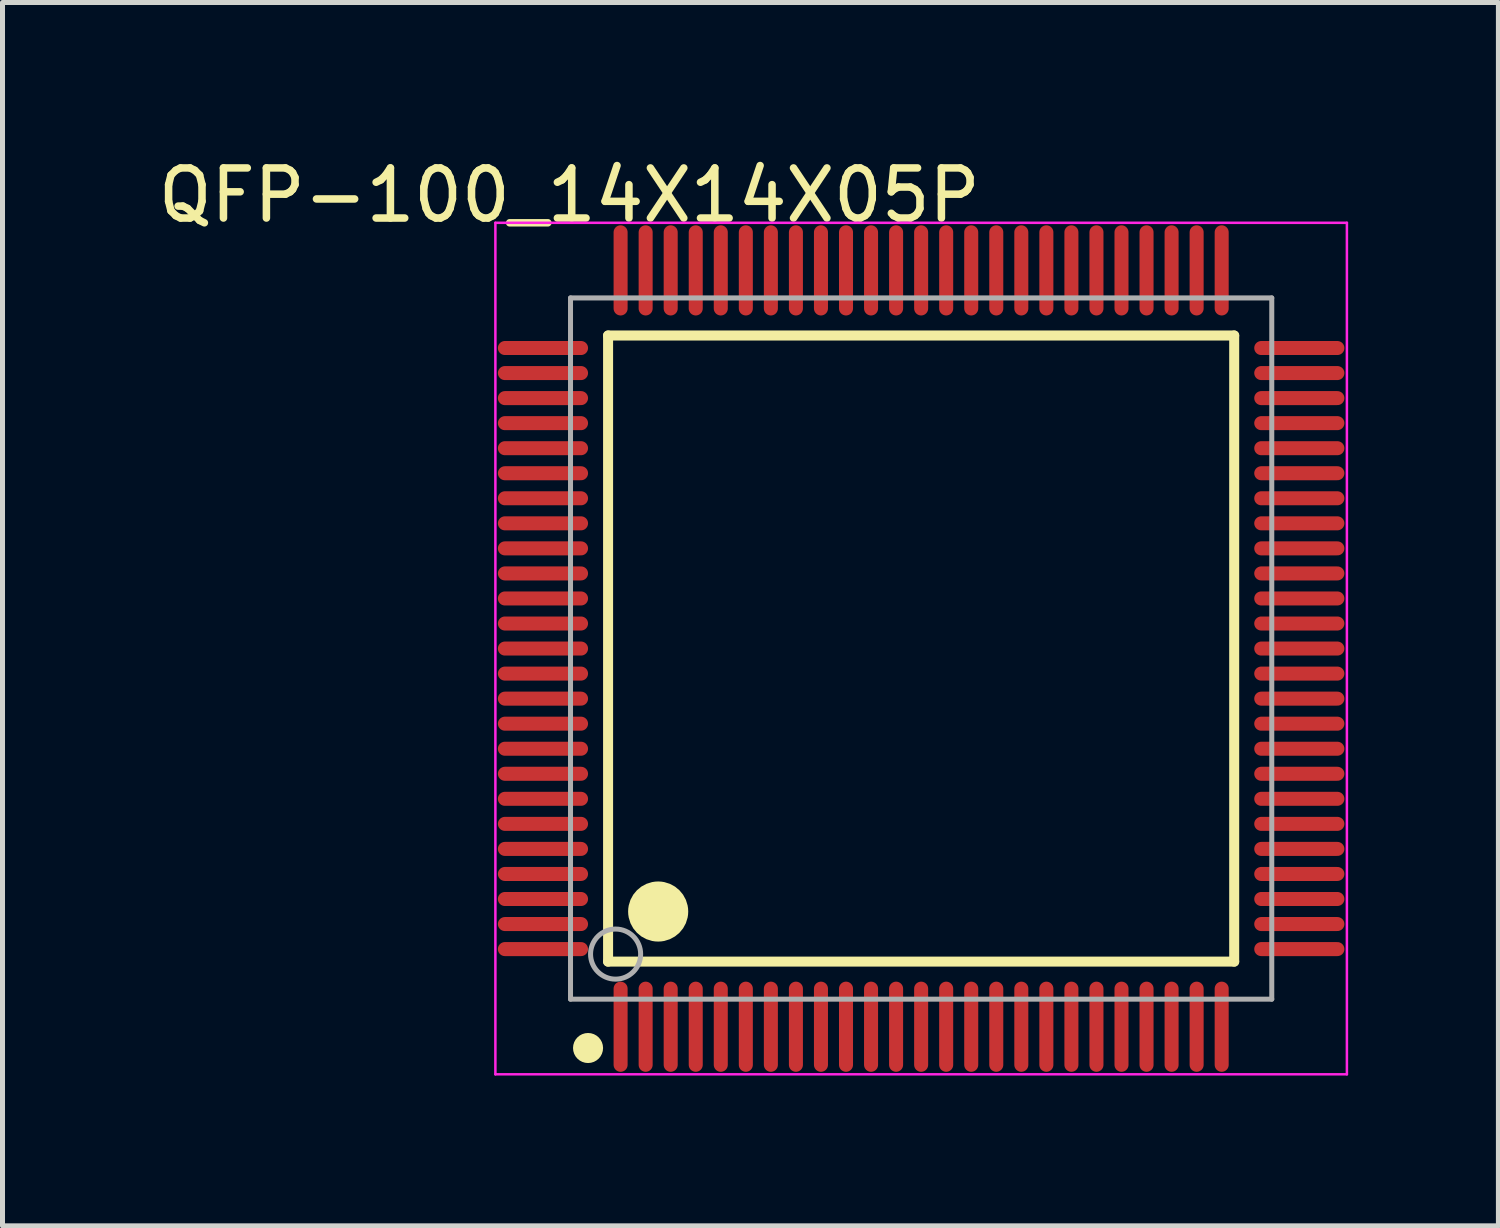
<source format=kicad_pcb>
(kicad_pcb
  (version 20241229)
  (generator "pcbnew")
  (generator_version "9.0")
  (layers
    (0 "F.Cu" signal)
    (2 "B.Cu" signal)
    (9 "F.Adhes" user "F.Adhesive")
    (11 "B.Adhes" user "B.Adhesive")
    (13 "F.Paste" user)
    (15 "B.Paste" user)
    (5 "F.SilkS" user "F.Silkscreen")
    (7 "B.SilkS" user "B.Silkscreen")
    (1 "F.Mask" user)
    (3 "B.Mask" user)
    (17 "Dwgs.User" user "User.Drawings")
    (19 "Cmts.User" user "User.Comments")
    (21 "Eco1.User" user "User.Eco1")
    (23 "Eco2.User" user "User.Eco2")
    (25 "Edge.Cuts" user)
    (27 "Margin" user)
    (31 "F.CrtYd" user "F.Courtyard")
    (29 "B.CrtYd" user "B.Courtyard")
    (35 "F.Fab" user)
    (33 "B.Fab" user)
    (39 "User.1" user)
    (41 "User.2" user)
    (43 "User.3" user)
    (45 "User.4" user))
  (footprint "QFP-100_14X14X05P"
    (layer "F.Cu")
    (at 15.34 9.898)
    (property "Reference" "QFP-100_14X14X05P" (at -7.024 -9.05 0) (layer "F.SilkS") (effects (font (size 1 1) (thickness 0.15))))
    (attr through_hole)
    (fp_line (start -6.25 -6.25) (end 6.25 -6.25) (stroke (width 0.2) (type solid)) (layer "F.SilkS"))
    (fp_line (start -6.25 6.25) (end -6.25 -6.25) (stroke (width 0.2) (type solid)) (layer "F.SilkS"))
    (fp_line (start -6.25 6.25) (end 6.25 6.25) (stroke (width 0.2) (type solid)) (layer "F.SilkS"))
    (fp_line (start 6.25 6.25) (end 6.25 -6.25) (stroke (width 0.2) (type solid)) (layer "F.SilkS"))
    (fp_circle (center -6.65 7.975) (end -6.5 7.975) (stroke (width 0.3) (type solid)) (fill no) (layer "F.SilkS"))
    (fp_circle (center -5.25 5.25) (end -4.95 5.25) (stroke (width 0.6) (type solid)) (fill no) (layer "F.SilkS"))
    (fp_line (start -8.5 -8.5) (end 8.5 -8.5) (stroke (width 0.05) (type solid)) (layer "F.CrtYd"))
    (fp_line (start -8.5 8.5) (end -8.5 -8.5) (stroke (width 0.05) (type solid)) (layer "F.CrtYd"))
    (fp_line (start 8.5 -8.5) (end 8.5 8.5) (stroke (width 0.05) (type solid)) (layer "F.CrtYd"))
    (fp_line (start 8.5 8.5) (end -8.5 8.5) (stroke (width 0.05) (type solid)) (layer "F.CrtYd"))
    (fp_line (start -7 -7) (end 7 -7) (stroke (width 0.1) (type solid)) (layer "F.Fab"))
    (fp_line (start -7 7) (end -7 -7) (stroke (width 0.1) (type solid)) (layer "F.Fab"))
    (fp_line (start -7 7) (end 7 7) (stroke (width 0.1) (type solid)) (layer "F.Fab"))
    (fp_line (start 7 7) (end 7 -7) (stroke (width 0.1) (type solid)) (layer "F.Fab"))
    (fp_circle (center -6.1 6.1) (end -5.6 6.1) (stroke (width 0.1) (type solid)) (fill no) (layer "F.Fab"))
    (pad "1" smd oval (at -6 7.55 180) (size 0.28 1.8) (layers "F.Cu" "F.Mask" "F.Paste"))
    (pad "2" smd oval (at -5.5 7.55 180) (size 0.28 1.8) (layers "F.Cu" "F.Mask" "F.Paste"))
    (pad "3" smd oval (at -5 7.55 180) (size 0.28 1.8) (layers "F.Cu" "F.Mask" "F.Paste"))
    (pad "4" smd oval (at -4.5 7.55 180) (size 0.28 1.8) (layers "F.Cu" "F.Mask" "F.Paste"))
    (pad "5" smd oval (at -4 7.55 180) (size 0.28 1.8) (layers "F.Cu" "F.Mask" "F.Paste"))
    (pad "6" smd oval (at -3.5 7.55 180) (size 0.28 1.8) (layers "F.Cu" "F.Mask" "F.Paste"))
    (pad "7" smd oval (at -3 7.55 180) (size 0.28 1.8) (layers "F.Cu" "F.Mask" "F.Paste"))
    (pad "8" smd oval (at -2.5 7.55 180) (size 0.28 1.8) (layers "F.Cu" "F.Mask" "F.Paste"))
    (pad "9" smd oval (at -2 7.55 180) (size 0.28 1.8) (layers "F.Cu" "F.Mask" "F.Paste"))
    (pad "10" smd oval (at -1.5 7.55 180) (size 0.28 1.8) (layers "F.Cu" "F.Mask" "F.Paste"))
    (pad "11" smd oval (at -1 7.55 180) (size 0.28 1.8) (layers "F.Cu" "F.Mask" "F.Paste"))
    (pad "12" smd oval (at -0.5 7.55 180) (size 0.28 1.8) (layers "F.Cu" "F.Mask" "F.Paste"))
    (pad "13" smd oval (at 0 7.55 180) (size 0.28 1.8) (layers "F.Cu" "F.Mask" "F.Paste"))
    (pad "14" smd oval (at 0.5 7.55 180) (size 0.28 1.8) (layers "F.Cu" "F.Mask" "F.Paste"))
    (pad "15" smd oval (at 1 7.55 180) (size 0.28 1.8) (layers "F.Cu" "F.Mask" "F.Paste"))
    (pad "16" smd oval (at 1.5 7.55 180) (size 0.28 1.8) (layers "F.Cu" "F.Mask" "F.Paste"))
    (pad "17" smd oval (at 2 7.55 180) (size 0.28 1.8) (layers "F.Cu" "F.Mask" "F.Paste"))
    (pad "18" smd oval (at 2.5 7.55 180) (size 0.28 1.8) (layers "F.Cu" "F.Mask" "F.Paste"))
    (pad "19" smd oval (at 3 7.55 180) (size 0.28 1.8) (layers "F.Cu" "F.Mask" "F.Paste"))
    (pad "20" smd oval (at 3.5 7.55 180) (size 0.28 1.8) (layers "F.Cu" "F.Mask" "F.Paste"))
    (pad "21" smd oval (at 4 7.55 180) (size 0.28 1.8) (layers "F.Cu" "F.Mask" "F.Paste"))
    (pad "22" smd oval (at 4.5 7.55 180) (size 0.28 1.8) (layers "F.Cu" "F.Mask" "F.Paste"))
    (pad "23" smd oval (at 5 7.55 180) (size 0.28 1.8) (layers "F.Cu" "F.Mask" "F.Paste"))
    (pad "24" smd oval (at 5.5 7.55 180) (size 0.28 1.8) (layers "F.Cu" "F.Mask" "F.Paste"))
    (pad "25" smd oval (at 6 7.55 180) (size 0.28 1.8) (layers "F.Cu" "F.Mask" "F.Paste"))
    (pad "26" smd oval (at 7.55 6 90) (size 0.28 1.8) (layers "F.Cu" "F.Mask" "F.Paste"))
    (pad "27" smd oval (at 7.55 5.5 90) (size 0.28 1.8) (layers "F.Cu" "F.Mask" "F.Paste"))
    (pad "28" smd oval (at 7.55 5 90) (size 0.28 1.8) (layers "F.Cu" "F.Mask" "F.Paste"))
    (pad "29" smd oval (at 7.55 4.5 90) (size 0.28 1.8) (layers "F.Cu" "F.Mask" "F.Paste"))
    (pad "30" smd oval (at 7.55 4 90) (size 0.28 1.8) (layers "F.Cu" "F.Mask" "F.Paste"))
    (pad "31" smd oval (at 7.55 3.5 90) (size 0.28 1.8) (layers "F.Cu" "F.Mask" "F.Paste"))
    (pad "32" smd oval (at 7.55 3 90) (size 0.28 1.8) (layers "F.Cu" "F.Mask" "F.Paste"))
    (pad "33" smd oval (at 7.55 2.5 90) (size 0.28 1.8) (layers "F.Cu" "F.Mask" "F.Paste"))
    (pad "34" smd oval (at 7.55 2 90) (size 0.28 1.8) (layers "F.Cu" "F.Mask" "F.Paste"))
    (pad "35" smd oval (at 7.55 1.5 90) (size 0.28 1.8) (layers "F.Cu" "F.Mask" "F.Paste"))
    (pad "36" smd oval (at 7.55 1 90) (size 0.28 1.8) (layers "F.Cu" "F.Mask" "F.Paste"))
    (pad "37" smd oval (at 7.55 0.5 90) (size 0.28 1.8) (layers "F.Cu" "F.Mask" "F.Paste"))
    (pad "38" smd oval (at 7.55 0 90) (size 0.28 1.8) (layers "F.Cu" "F.Mask" "F.Paste"))
    (pad "39" smd oval (at 7.55 -0.5 90) (size 0.28 1.8) (layers "F.Cu" "F.Mask" "F.Paste"))
    (pad "40" smd oval (at 7.55 -1 90) (size 0.28 1.8) (layers "F.Cu" "F.Mask" "F.Paste"))
    (pad "41" smd oval (at 7.55 -1.5 90) (size 0.28 1.8) (layers "F.Cu" "F.Mask" "F.Paste"))
    (pad "42" smd oval (at 7.55 -2 90) (size 0.28 1.8) (layers "F.Cu" "F.Mask" "F.Paste"))
    (pad "43" smd oval (at 7.55 -2.5 90) (size 0.28 1.8) (layers "F.Cu" "F.Mask" "F.Paste"))
    (pad "44" smd oval (at 7.55 -3 90) (size 0.28 1.8) (layers "F.Cu" "F.Mask" "F.Paste"))
    (pad "45" smd oval (at 7.55 -3.5 90) (size 0.28 1.8) (layers "F.Cu" "F.Mask" "F.Paste"))
    (pad "46" smd oval (at 7.55 -4 90) (size 0.28 1.8) (layers "F.Cu" "F.Mask" "F.Paste"))
    (pad "47" smd oval (at 7.55 -4.5 90) (size 0.28 1.8) (layers "F.Cu" "F.Mask" "F.Paste"))
    (pad "48" smd oval (at 7.55 -5 90) (size 0.28 1.8) (layers "F.Cu" "F.Mask" "F.Paste"))
    (pad "49" smd oval (at 7.55 -5.5 90) (size 0.28 1.8) (layers "F.Cu" "F.Mask" "F.Paste"))
    (pad "50" smd oval (at 7.55 -6 90) (size 0.28 1.8) (layers "F.Cu" "F.Mask" "F.Paste"))
    (pad "51" smd oval (at 6 -7.55 180) (size 0.28 1.8) (layers "F.Cu" "F.Mask" "F.Paste"))
    (pad "52" smd oval (at 5.5 -7.55 180) (size 0.28 1.8) (layers "F.Cu" "F.Mask" "F.Paste"))
    (pad "53" smd oval (at 5 -7.55 180) (size 0.28 1.8) (layers "F.Cu" "F.Mask" "F.Paste"))
    (pad "54" smd oval (at 4.5 -7.55 180) (size 0.28 1.8) (layers "F.Cu" "F.Mask" "F.Paste"))
    (pad "55" smd oval (at 4 -7.55 180) (size 0.28 1.8) (layers "F.Cu" "F.Mask" "F.Paste"))
    (pad "56" smd oval (at 3.5 -7.55 180) (size 0.28 1.8) (layers "F.Cu" "F.Mask" "F.Paste"))
    (pad "57" smd oval (at 3 -7.55 180) (size 0.28 1.8) (layers "F.Cu" "F.Mask" "F.Paste"))
    (pad "58" smd oval (at 2.5 -7.55 180) (size 0.28 1.8) (layers "F.Cu" "F.Mask" "F.Paste"))
    (pad "59" smd oval (at 2 -7.55 180) (size 0.28 1.8) (layers "F.Cu" "F.Mask" "F.Paste"))
    (pad "60" smd oval (at 1.5 -7.55 180) (size 0.28 1.8) (layers "F.Cu" "F.Mask" "F.Paste"))
    (pad "61" smd oval (at 1 -7.55 180) (size 0.28 1.8) (layers "F.Cu" "F.Mask" "F.Paste"))
    (pad "62" smd oval (at 0.5 -7.55 180) (size 0.28 1.8) (layers "F.Cu" "F.Mask" "F.Paste"))
    (pad "63" smd oval (at 0 -7.55 180) (size 0.28 1.8) (layers "F.Cu" "F.Mask" "F.Paste"))
    (pad "64" smd oval (at -0.5 -7.55 180) (size 0.28 1.8) (layers "F.Cu" "F.Mask" "F.Paste"))
    (pad "65" smd oval (at -1 -7.55 180) (size 0.28 1.8) (layers "F.Cu" "F.Mask" "F.Paste"))
    (pad "66" smd oval (at -1.5 -7.55 180) (size 0.28 1.8) (layers "F.Cu" "F.Mask" "F.Paste"))
    (pad "67" smd oval (at -2 -7.55 180) (size 0.28 1.8) (layers "F.Cu" "F.Mask" "F.Paste"))
    (pad "68" smd oval (at -2.5 -7.55 180) (size 0.28 1.8) (layers "F.Cu" "F.Mask" "F.Paste"))
    (pad "69" smd oval (at -3 -7.55 180) (size 0.28 1.8) (layers "F.Cu" "F.Mask" "F.Paste"))
    (pad "70" smd oval (at -3.5 -7.55 180) (size 0.28 1.8) (layers "F.Cu" "F.Mask" "F.Paste"))
    (pad "71" smd oval (at -4 -7.55 180) (size 0.28 1.8) (layers "F.Cu" "F.Mask" "F.Paste"))
    (pad "72" smd oval (at -4.5 -7.55 180) (size 0.28 1.8) (layers "F.Cu" "F.Mask" "F.Paste"))
    (pad "73" smd oval (at -5 -7.55 180) (size 0.28 1.8) (layers "F.Cu" "F.Mask" "F.Paste"))
    (pad "74" smd oval (at -5.5 -7.55 180) (size 0.28 1.8) (layers "F.Cu" "F.Mask" "F.Paste"))
    (pad "75" smd oval (at -6 -7.55 180) (size 0.28 1.8) (layers "F.Cu" "F.Mask" "F.Paste"))
    (pad "76" smd oval (at -7.55 -6 90) (size 0.28 1.8) (layers "F.Cu" "F.Mask" "F.Paste"))
    (pad "77" smd oval (at -7.55 -5.5 90) (size 0.28 1.8) (layers "F.Cu" "F.Mask" "F.Paste"))
    (pad "78" smd oval (at -7.55 -5 90) (size 0.28 1.8) (layers "F.Cu" "F.Mask" "F.Paste"))
    (pad "79" smd oval (at -7.55 -4.5 90) (size 0.28 1.8) (layers "F.Cu" "F.Mask" "F.Paste"))
    (pad "80" smd oval (at -7.55 -4 90) (size 0.28 1.8) (layers "F.Cu" "F.Mask" "F.Paste"))
    (pad "81" smd oval (at -7.55 -3.5 90) (size 0.28 1.8) (layers "F.Cu" "F.Mask" "F.Paste"))
    (pad "82" smd oval (at -7.55 -3 90) (size 0.28 1.8) (layers "F.Cu" "F.Mask" "F.Paste"))
    (pad "83" smd oval (at -7.55 -2.5 90) (size 0.28 1.8) (layers "F.Cu" "F.Mask" "F.Paste"))
    (pad "84" smd oval (at -7.55 -2 90) (size 0.28 1.8) (layers "F.Cu" "F.Mask" "F.Paste"))
    (pad "85" smd oval (at -7.55 -1.5 90) (size 0.28 1.8) (layers "F.Cu" "F.Mask" "F.Paste"))
    (pad "86" smd oval (at -7.55 -1 90) (size 0.28 1.8) (layers "F.Cu" "F.Mask" "F.Paste"))
    (pad "87" smd oval (at -7.55 -0.5 90) (size 0.28 1.8) (layers "F.Cu" "F.Mask" "F.Paste"))
    (pad "88" smd oval (at -7.55 0 90) (size 0.28 1.8) (layers "F.Cu" "F.Mask" "F.Paste"))
    (pad "89" smd oval (at -7.55 0.5 90) (size 0.28 1.8) (layers "F.Cu" "F.Mask" "F.Paste"))
    (pad "90" smd oval (at -7.55 1 90) (size 0.28 1.8) (layers "F.Cu" "F.Mask" "F.Paste"))
    (pad "91" smd oval (at -7.55 1.5 90) (size 0.28 1.8) (layers "F.Cu" "F.Mask" "F.Paste"))
    (pad "92" smd oval (at -7.55 2 90) (size 0.28 1.8) (layers "F.Cu" "F.Mask" "F.Paste"))
    (pad "93" smd oval (at -7.55 2.5 90) (size 0.28 1.8) (layers "F.Cu" "F.Mask" "F.Paste"))
    (pad "94" smd oval (at -7.55 3 90) (size 0.28 1.8) (layers "F.Cu" "F.Mask" "F.Paste"))
    (pad "95" smd oval (at -7.55 3.5 90) (size 0.28 1.8) (layers "F.Cu" "F.Mask" "F.Paste"))
    (pad "96" smd oval (at -7.55 4 90) (size 0.28 1.8) (layers "F.Cu" "F.Mask" "F.Paste"))
    (pad "97" smd oval (at -7.55 4.5 90) (size 0.28 1.8) (layers "F.Cu" "F.Mask" "F.Paste"))
    (pad "98" smd oval (at -7.55 5 90) (size 0.28 1.8) (layers "F.Cu" "F.Mask" "F.Paste"))
    (pad "99" smd oval (at -7.55 5.5 90) (size 0.28 1.8) (layers "F.Cu" "F.Mask" "F.Paste"))
    (pad "100" smd oval (at -7.55 6 90) (size 0.28 1.8) (layers "F.Cu" "F.Mask" "F.Paste")))
  (gr_rect
    (start -3 -3)
    (end 26.865 21.423)
    (stroke (width 0.1) (type default))
    (fill no)
    (layer "Edge.Cuts")))
</source>
